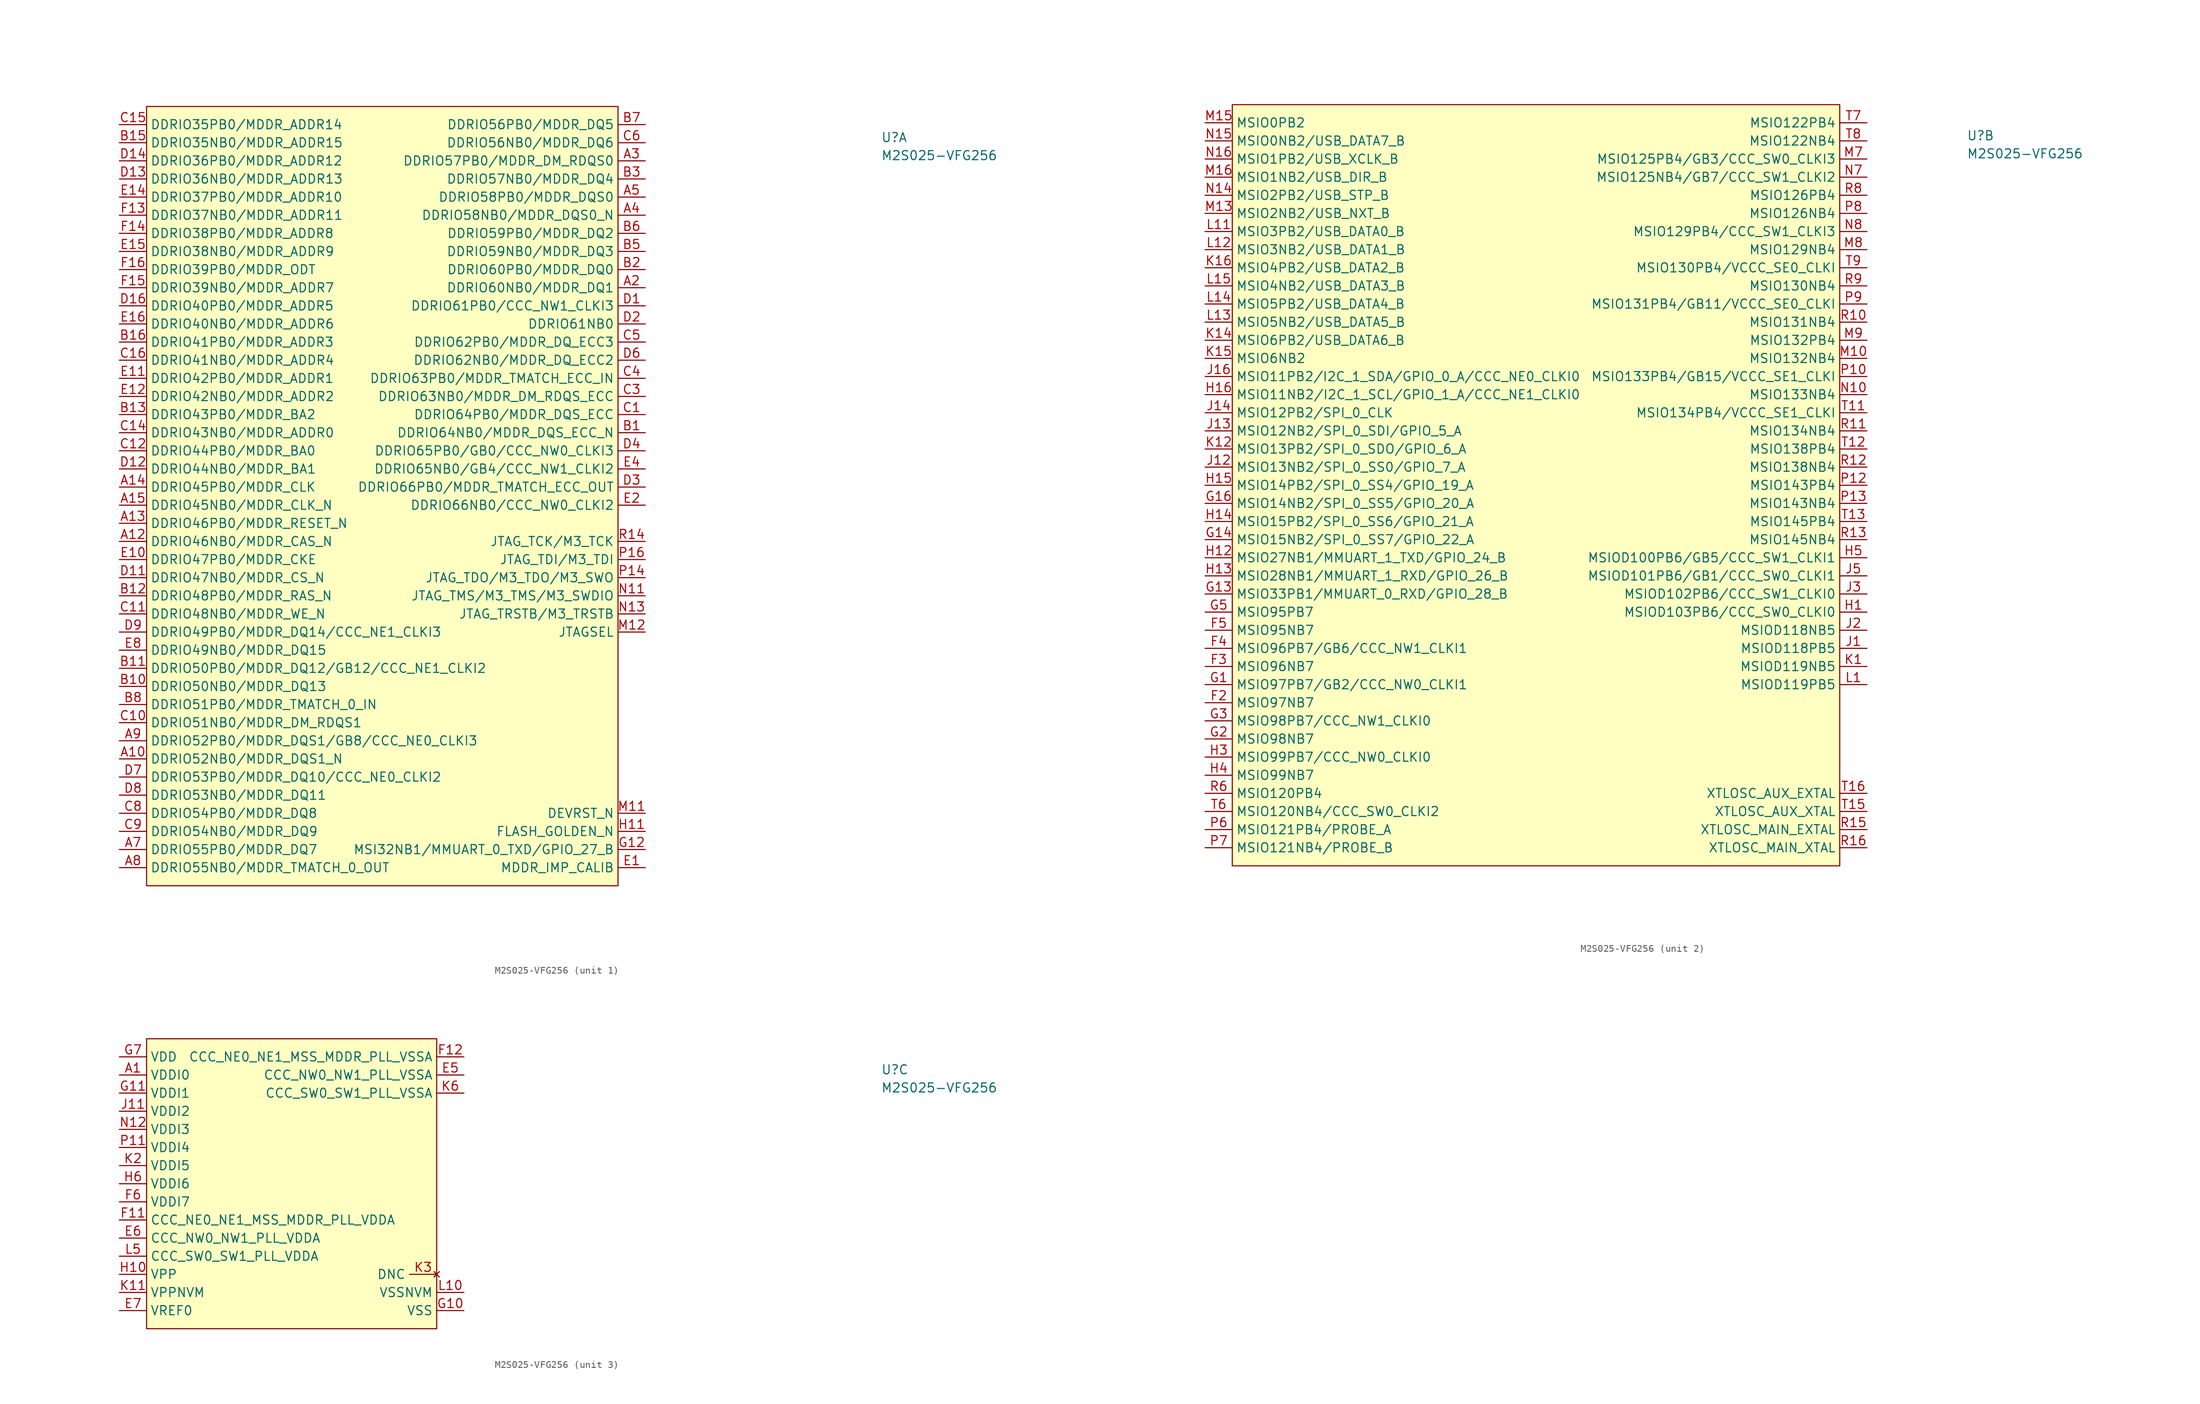
<source format=kicad_sym>
(kicad_symbol_lib
  (version 20211014)
  (generator kicad_symbol_editor)
  (symbol "M2S025-VFG256"
    (property "Reference" "U"
      (at 106.68 -2.54 0)
      (effects (font (size 1.27 1.27) (thickness 0.15)) (justify left bottom)))
    (property "Value" "M2S025-VFG256"
      (at 106.68 -5.08 0)
      (effects (font (size 1.27 1.27) (thickness 0.15)) (justify left bottom)))
    (property "ki_locked" ""
      (at 0 0 0)
      (effects (font (size 1.27 1.27))))
    (symbol "M2S025-VFG256_1_1"
      (rectangle (start 3.81 2.54) (end 69.85 -106.68) (stroke (width 0) (type default) (color 0 0 0 0)) (fill (type background)))
      (pin bidirectional line (at 0 -88.9 0) (length 3.81) (name "DDRIO52NB0/MDDR_DQS1_N" (effects (font (size 1.27 1.27)))) (number "A10" (effects (font (size 1.27 1.27)))))
      (pin bidirectional line (at 0 -58.42 0) (length 3.81) (name "DDRIO46NB0/MDDR_CAS_N" (effects (font (size 1.27 1.27)))) (number "A12" (effects (font (size 1.27 1.27)))))
      (pin bidirectional line (at 0 -55.88 0) (length 3.81) (name "DDRIO46PB0/MDDR_RESET_N" (effects (font (size 1.27 1.27)))) (number "A13" (effects (font (size 1.27 1.27)))))
      (pin bidirectional line (at 0 -50.8 0) (length 3.81) (name "DDRIO45PB0/MDDR_CLK" (effects (font (size 1.27 1.27)))) (number "A14" (effects (font (size 1.27 1.27)))))
      (pin bidirectional line (at 0 -53.34 0) (length 3.81) (name "DDRIO45NB0/MDDR_CLK_N" (effects (font (size 1.27 1.27)))) (number "A15" (effects (font (size 1.27 1.27)))))
      (pin bidirectional line (at 73.66 -22.86 180) (length 3.81) (name "DDRIO60NB0/MDDR_DQ1" (effects (font (size 1.27 1.27)))) (number "A2" (effects (font (size 1.27 1.27)))))
      (pin bidirectional line (at 73.66 -5.08 180) (length 3.81) (name "DDRIO57PB0/MDDR_DM_RDQS0" (effects (font (size 1.27 1.27)))) (number "A3" (effects (font (size 1.27 1.27)))))
      (pin bidirectional line (at 73.66 -12.7 180) (length 3.81) (name "DDRIO58NB0/MDDR_DQS0_N" (effects (font (size 1.27 1.27)))) (number "A4" (effects (font (size 1.27 1.27)))))
      (pin bidirectional line (at 73.66 -10.16 180) (length 3.81) (name "DDRIO58PB0/MDDR_DQS0" (effects (font (size 1.27 1.27)))) (number "A5" (effects (font (size 1.27 1.27)))))
      (pin bidirectional line (at 0 -101.6 0) (length 3.81) (name "DDRIO55PB0/MDDR_DQ7" (effects (font (size 1.27 1.27)))) (number "A7" (effects (font (size 1.27 1.27)))))
      (pin output line (at 0 -104.14 0) (length 3.81) (name "DDRIO55NB0/MDDR_TMATCH_0_OUT" (effects (font (size 1.27 1.27)))) (number "A8" (effects (font (size 1.27 1.27)))))
      (pin bidirectional line (at 0 -86.36 0) (length 3.81) (name "DDRIO52PB0/MDDR_DQS1/GB8/CCC_NE0_CLKI3" (effects (font (size 1.27 1.27)))) (number "A9" (effects (font (size 1.27 1.27)))))
      (pin bidirectional line (at 73.66 -43.18 180) (length 3.81) (name "DDRIO64NB0/MDDR_DQS_ECC_N" (effects (font (size 1.27 1.27)))) (number "B1" (effects (font (size 1.27 1.27)))))
      (pin bidirectional line (at 0 -78.74 0) (length 3.81) (name "DDRIO50NB0/MDDR_DQ13" (effects (font (size 1.27 1.27)))) (number "B10" (effects (font (size 1.27 1.27)))))
      (pin bidirectional line (at 0 -76.2 0) (length 3.81) (name "DDRIO50PB0/MDDR_DQ12/GB12/CCC_NE1_CLKI2" (effects (font (size 1.27 1.27)))) (number "B11" (effects (font (size 1.27 1.27)))))
      (pin bidirectional line (at 0 -66.04 0) (length 3.81) (name "DDRIO48PB0/MDDR_RAS_N" (effects (font (size 1.27 1.27)))) (number "B12" (effects (font (size 1.27 1.27)))))
      (pin bidirectional line (at 0 -40.64 0) (length 3.81) (name "DDRIO43PB0/MDDR_BA2" (effects (font (size 1.27 1.27)))) (number "B13" (effects (font (size 1.27 1.27)))))
      (pin bidirectional line (at 0 -2.54 0) (length 3.81) (name "DDRIO35NB0/MDDR_ADDR15" (effects (font (size 1.27 1.27)))) (number "B15" (effects (font (size 1.27 1.27)))))
      (pin bidirectional line (at 0 -30.48 0) (length 3.81) (name "DDRIO41PB0/MDDR_ADDR3" (effects (font (size 1.27 1.27)))) (number "B16" (effects (font (size 1.27 1.27)))))
      (pin bidirectional line (at 73.66 -20.32 180) (length 3.81) (name "DDRIO60PB0/MDDR_DQ0" (effects (font (size 1.27 1.27)))) (number "B2" (effects (font (size 1.27 1.27)))))
      (pin bidirectional line (at 73.66 -7.62 180) (length 3.81) (name "DDRIO57NB0/MDDR_DQ4" (effects (font (size 1.27 1.27)))) (number "B3" (effects (font (size 1.27 1.27)))))
      (pin bidirectional line (at 73.66 -17.78 180) (length 3.81) (name "DDRIO59NB0/MDDR_DQ3" (effects (font (size 1.27 1.27)))) (number "B5" (effects (font (size 1.27 1.27)))))
      (pin bidirectional line (at 73.66 -15.24 180) (length 3.81) (name "DDRIO59PB0/MDDR_DQ2" (effects (font (size 1.27 1.27)))) (number "B6" (effects (font (size 1.27 1.27)))))
      (pin bidirectional line (at 73.66 0 180) (length 3.81) (name "DDRIO56PB0/MDDR_DQ5" (effects (font (size 1.27 1.27)))) (number "B7" (effects (font (size 1.27 1.27)))))
      (pin bidirectional line (at 0 -81.28 0) (length 3.81) (name "DDRIO51PB0/MDDR_TMATCH_0_IN" (effects (font (size 1.27 1.27)))) (number "B8" (effects (font (size 1.27 1.27)))))
      (pin bidirectional line (at 73.66 -40.64 180) (length 3.81) (name "DDRIO64PB0/MDDR_DQS_ECC" (effects (font (size 1.27 1.27)))) (number "C1" (effects (font (size 1.27 1.27)))))
      (pin bidirectional line (at 0 -83.82 0) (length 3.81) (name "DDRIO51NB0/MDDR_DM_RDQS1" (effects (font (size 1.27 1.27)))) (number "C10" (effects (font (size 1.27 1.27)))))
      (pin bidirectional line (at 0 -68.58 0) (length 3.81) (name "DDRIO48NB0/MDDR_WE_N" (effects (font (size 1.27 1.27)))) (number "C11" (effects (font (size 1.27 1.27)))))
      (pin bidirectional line (at 0 -45.72 0) (length 3.81) (name "DDRIO44PB0/MDDR_BA0" (effects (font (size 1.27 1.27)))) (number "C12" (effects (font (size 1.27 1.27)))))
      (pin bidirectional line (at 0 -43.18 0) (length 3.81) (name "DDRIO43NB0/MDDR_ADDR0" (effects (font (size 1.27 1.27)))) (number "C14" (effects (font (size 1.27 1.27)))))
      (pin bidirectional line (at 0 0 0) (length 3.81) (name "DDRIO35PB0/MDDR_ADDR14" (effects (font (size 1.27 1.27)))) (number "C15" (effects (font (size 1.27 1.27)))))
      (pin bidirectional line (at 0 -33.02 0) (length 3.81) (name "DDRIO41NB0/MDDR_ADDR4" (effects (font (size 1.27 1.27)))) (number "C16" (effects (font (size 1.27 1.27)))))
      (pin bidirectional line (at 73.66 -38.1 180) (length 3.81) (name "DDRIO63NB0/MDDR_DM_RDQS_ECC" (effects (font (size 1.27 1.27)))) (number "C3" (effects (font (size 1.27 1.27)))))
      (pin bidirectional line (at 73.66 -35.56 180) (length 3.81) (name "DDRIO63PB0/MDDR_TMATCH_ECC_IN" (effects (font (size 1.27 1.27)))) (number "C4" (effects (font (size 1.27 1.27)))))
      (pin bidirectional line (at 73.66 -30.48 180) (length 3.81) (name "DDRIO62PB0/MDDR_DQ_ECC3" (effects (font (size 1.27 1.27)))) (number "C5" (effects (font (size 1.27 1.27)))))
      (pin bidirectional line (at 73.66 -2.54 180) (length 3.81) (name "DDRIO56NB0/MDDR_DQ6" (effects (font (size 1.27 1.27)))) (number "C6" (effects (font (size 1.27 1.27)))))
      (pin bidirectional line (at 0 -96.52 0) (length 3.81) (name "DDRIO54PB0/MDDR_DQ8" (effects (font (size 1.27 1.27)))) (number "C8" (effects (font (size 1.27 1.27)))))
      (pin bidirectional line (at 0 -99.06 0) (length 3.81) (name "DDRIO54NB0/MDDR_DQ9" (effects (font (size 1.27 1.27)))) (number "C9" (effects (font (size 1.27 1.27)))))
      (pin bidirectional line (at 73.66 -25.4 180) (length 3.81) (name "DDRIO61PB0/CCC_NW1_CLKI3" (effects (font (size 1.27 1.27)))) (number "D1" (effects (font (size 1.27 1.27)))))
      (pin bidirectional line (at 0 -63.5 0) (length 3.81) (name "DDRIO47NB0/MDDR_CS_N" (effects (font (size 1.27 1.27)))) (number "D11" (effects (font (size 1.27 1.27)))))
      (pin bidirectional line (at 0 -48.26 0) (length 3.81) (name "DDRIO44NB0/MDDR_BA1" (effects (font (size 1.27 1.27)))) (number "D12" (effects (font (size 1.27 1.27)))))
      (pin bidirectional line (at 0 -7.62 0) (length 3.81) (name "DDRIO36NB0/MDDR_ADDR13" (effects (font (size 1.27 1.27)))) (number "D13" (effects (font (size 1.27 1.27)))))
      (pin bidirectional line (at 0 -5.08 0) (length 3.81) (name "DDRIO36PB0/MDDR_ADDR12" (effects (font (size 1.27 1.27)))) (number "D14" (effects (font (size 1.27 1.27)))))
      (pin bidirectional line (at 0 -25.4 0) (length 3.81) (name "DDRIO40PB0/MDDR_ADDR5" (effects (font (size 1.27 1.27)))) (number "D16" (effects (font (size 1.27 1.27)))))
      (pin bidirectional line (at 73.66 -27.94 180) (length 3.81) (name "DDRIO61NB0" (effects (font (size 1.27 1.27)))) (number "D2" (effects (font (size 1.27 1.27)))))
      (pin output line (at 73.66 -50.8 180) (length 3.81) (name "DDRIO66PB0/MDDR_TMATCH_ECC_OUT" (effects (font (size 1.27 1.27)))) (number "D3" (effects (font (size 1.27 1.27)))))
      (pin bidirectional line (at 73.66 -45.72 180) (length 3.81) (name "DDRIO65PB0/GB0/CCC_NW0_CLKI3" (effects (font (size 1.27 1.27)))) (number "D4" (effects (font (size 1.27 1.27)))))
      (pin bidirectional line (at 73.66 -33.02 180) (length 3.81) (name "DDRIO62NB0/MDDR_DQ_ECC2" (effects (font (size 1.27 1.27)))) (number "D6" (effects (font (size 1.27 1.27)))))
      (pin bidirectional line (at 0 -91.44 0) (length 3.81) (name "DDRIO53PB0/MDDR_DQ10/CCC_NE0_CLKI2" (effects (font (size 1.27 1.27)))) (number "D7" (effects (font (size 1.27 1.27)))))
      (pin bidirectional line (at 0 -93.98 0) (length 3.81) (name "DDRIO53NB0/MDDR_DQ11" (effects (font (size 1.27 1.27)))) (number "D8" (effects (font (size 1.27 1.27)))))
      (pin bidirectional line (at 0 -71.12 0) (length 3.81) (name "DDRIO49PB0/MDDR_DQ14/CCC_NE1_CLKI3" (effects (font (size 1.27 1.27)))) (number "D9" (effects (font (size 1.27 1.27)))))
      (pin unspecified line (at 73.66 -104.14 180) (length 3.81) (name "MDDR_IMP_CALIB" (effects (font (size 1.27 1.27)))) (number "E1" (effects (font (size 1.27 1.27)))))
      (pin bidirectional line (at 0 -60.96 0) (length 3.81) (name "DDRIO47PB0/MDDR_CKE" (effects (font (size 1.27 1.27)))) (number "E10" (effects (font (size 1.27 1.27)))))
      (pin bidirectional line (at 0 -35.56 0) (length 3.81) (name "DDRIO42PB0/MDDR_ADDR1" (effects (font (size 1.27 1.27)))) (number "E11" (effects (font (size 1.27 1.27)))))
      (pin bidirectional line (at 0 -38.1 0) (length 3.81) (name "DDRIO42NB0/MDDR_ADDR2" (effects (font (size 1.27 1.27)))) (number "E12" (effects (font (size 1.27 1.27)))))
      (pin bidirectional line (at 0 -10.16 0) (length 3.81) (name "DDRIO37PB0/MDDR_ADDR10" (effects (font (size 1.27 1.27)))) (number "E14" (effects (font (size 1.27 1.27)))))
      (pin bidirectional line (at 0 -17.78 0) (length 3.81) (name "DDRIO38NB0/MDDR_ADDR9" (effects (font (size 1.27 1.27)))) (number "E15" (effects (font (size 1.27 1.27)))))
      (pin bidirectional line (at 0 -27.94 0) (length 3.81) (name "DDRIO40NB0/MDDR_ADDR6" (effects (font (size 1.27 1.27)))) (number "E16" (effects (font (size 1.27 1.27)))))
      (pin bidirectional line (at 73.66 -53.34 180) (length 3.81) (name "DDRIO66NB0/CCC_NW0_CLKI2" (effects (font (size 1.27 1.27)))) (number "E2" (effects (font (size 1.27 1.27)))))
      (pin bidirectional line (at 73.66 -48.26 180) (length 3.81) (name "DDRIO65NB0/GB4/CCC_NW1_CLKI2" (effects (font (size 1.27 1.27)))) (number "E4" (effects (font (size 1.27 1.27)))))
      (pin bidirectional line (at 0 -73.66 0) (length 3.81) (name "DDRIO49NB0/MDDR_DQ15" (effects (font (size 1.27 1.27)))) (number "E8" (effects (font (size 1.27 1.27)))))
      (pin bidirectional line (at 0 -12.7 0) (length 3.81) (name "DDRIO37NB0/MDDR_ADDR11" (effects (font (size 1.27 1.27)))) (number "F13" (effects (font (size 1.27 1.27)))))
      (pin bidirectional line (at 0 -15.24 0) (length 3.81) (name "DDRIO38PB0/MDDR_ADDR8" (effects (font (size 1.27 1.27)))) (number "F14" (effects (font (size 1.27 1.27)))))
      (pin bidirectional line (at 0 -22.86 0) (length 3.81) (name "DDRIO39NB0/MDDR_ADDR7" (effects (font (size 1.27 1.27)))) (number "F15" (effects (font (size 1.27 1.27)))))
      (pin bidirectional line (at 0 -20.32 0) (length 3.81) (name "DDRIO39PB0/MDDR_ODT" (effects (font (size 1.27 1.27)))) (number "F16" (effects (font (size 1.27 1.27)))))
      (pin unspecified line (at 73.66 -101.6 180) (length 3.81) (name "MSI32NB1/MMUART_0_TXD/GPIO_27_B" (effects (font (size 1.27 1.27)))) (number "G12" (effects (font (size 1.27 1.27)))))
      (pin unspecified line (at 73.66 -99.06 180) (length 3.81) (name "FLASH_GOLDEN_N" (effects (font (size 1.27 1.27)))) (number "H11" (effects (font (size 1.27 1.27)))))
      (pin unspecified line (at 73.66 -96.52 180) (length 3.81) (name "DEVRST_N" (effects (font (size 1.27 1.27)))) (number "M11" (effects (font (size 1.27 1.27)))))
      (pin unspecified line (at 73.66 -71.12 180) (length 3.81) (name "JTAGSEL" (effects (font (size 1.27 1.27)))) (number "M12" (effects (font (size 1.27 1.27)))))
      (pin unspecified line (at 73.66 -66.04 180) (length 3.81) (name "JTAG_TMS/M3_TMS/M3_SWDIO" (effects (font (size 1.27 1.27)))) (number "N11" (effects (font (size 1.27 1.27)))))
      (pin unspecified line (at 73.66 -68.58 180) (length 3.81) (name "JTAG_TRSTB/M3_TRSTB" (effects (font (size 1.27 1.27)))) (number "N13" (effects (font (size 1.27 1.27)))))
      (pin unspecified line (at 73.66 -63.5 180) (length 3.81) (name "JTAG_TDO/M3_TDO/M3_SWO" (effects (font (size 1.27 1.27)))) (number "P14" (effects (font (size 1.27 1.27)))))
      (pin unspecified line (at 73.66 -60.96 180) (length 3.81) (name "JTAG_TDI/M3_TDI" (effects (font (size 1.27 1.27)))) (number "P16" (effects (font (size 1.27 1.27)))))
      (pin unspecified line (at 73.66 -58.42 180) (length 3.81) (name "JTAG_TCK/M3_TCK" (effects (font (size 1.27 1.27)))) (number "R14" (effects (font (size 1.27 1.27))))))
    (symbol "M2S025-VFG256_2_1"
      (rectangle (start 3.81 2.54) (end 88.9 -104.14) (stroke (width 0) (type default) (color 0 0 0 0)) (fill (type background)))
      (pin bidirectional line (at 0 -81.28 0) (length 3.81) (name "MSIO97NB7" (effects (font (size 1.27 1.27)))) (number "F2" (effects (font (size 1.27 1.27)))))
      (pin bidirectional line (at 0 -76.2 0) (length 3.81) (name "MSIO96NB7" (effects (font (size 1.27 1.27)))) (number "F3" (effects (font (size 1.27 1.27)))))
      (pin bidirectional line (at 0 -73.66 0) (length 3.81) (name "MSIO96PB7/GB6/CCC_NW1_CLKI1" (effects (font (size 1.27 1.27)))) (number "F4" (effects (font (size 1.27 1.27)))))
      (pin bidirectional line (at 0 -71.12 0) (length 3.81) (name "MSIO95NB7" (effects (font (size 1.27 1.27)))) (number "F5" (effects (font (size 1.27 1.27)))))
      (pin bidirectional line (at 0 -78.74 0) (length 3.81) (name "MSIO97PB7/GB2/CCC_NW0_CLKI1" (effects (font (size 1.27 1.27)))) (number "G1" (effects (font (size 1.27 1.27)))))
      (pin bidirectional line (at 0 -66.04 0) (length 3.81) (name "MSIO33PB1/MMUART_0_RXD/GPIO_28_B" (effects (font (size 1.27 1.27)))) (number "G13" (effects (font (size 1.27 1.27)))))
      (pin bidirectional line (at 0 -58.42 0) (length 3.81) (name "MSIO15NB2/SPI_0_SS7/GPIO_22_A" (effects (font (size 1.27 1.27)))) (number "G14" (effects (font (size 1.27 1.27)))))
      (pin bidirectional line (at 0 -53.34 0) (length 3.81) (name "MSIO14NB2/SPI_0_SS5/GPIO_20_A" (effects (font (size 1.27 1.27)))) (number "G16" (effects (font (size 1.27 1.27)))))
      (pin bidirectional line (at 0 -86.36 0) (length 3.81) (name "MSIO98NB7" (effects (font (size 1.27 1.27)))) (number "G2" (effects (font (size 1.27 1.27)))))
      (pin bidirectional line (at 0 -83.82 0) (length 3.81) (name "MSIO98PB7/CCC_NW1_CLKI0" (effects (font (size 1.27 1.27)))) (number "G3" (effects (font (size 1.27 1.27)))))
      (pin bidirectional line (at 0 -68.58 0) (length 3.81) (name "MSIO95PB7" (effects (font (size 1.27 1.27)))) (number "G5" (effects (font (size 1.27 1.27)))))
      (pin bidirectional line (at 92.71 -68.58 180) (length 3.81) (name "MSIOD103PB6/CCC_SW0_CLKI0" (effects (font (size 1.27 1.27)))) (number "H1" (effects (font (size 1.27 1.27)))))
      (pin bidirectional line (at 0 -60.96 0) (length 3.81) (name "MSIO27NB1/MMUART_1_TXD/GPIO_24_B" (effects (font (size 1.27 1.27)))) (number "H12" (effects (font (size 1.27 1.27)))))
      (pin bidirectional line (at 0 -63.5 0) (length 3.81) (name "MSIO28NB1/MMUART_1_RXD/GPIO_26_B" (effects (font (size 1.27 1.27)))) (number "H13" (effects (font (size 1.27 1.27)))))
      (pin bidirectional line (at 0 -55.88 0) (length 3.81) (name "MSIO15PB2/SPI_0_SS6/GPIO_21_A" (effects (font (size 1.27 1.27)))) (number "H14" (effects (font (size 1.27 1.27)))))
      (pin bidirectional line (at 0 -50.8 0) (length 3.81) (name "MSIO14PB2/SPI_0_SS4/GPIO_19_A" (effects (font (size 1.27 1.27)))) (number "H15" (effects (font (size 1.27 1.27)))))
      (pin bidirectional line (at 0 -38.1 0) (length 3.81) (name "MSIO11NB2/I2C_1_SCL/GPIO_1_A/CCC_NE1_CLKI0" (effects (font (size 1.27 1.27)))) (number "H16" (effects (font (size 1.27 1.27)))))
      (pin bidirectional line (at 0 -88.9 0) (length 3.81) (name "MSIO99PB7/CCC_NW0_CLKI0" (effects (font (size 1.27 1.27)))) (number "H3" (effects (font (size 1.27 1.27)))))
      (pin bidirectional line (at 0 -91.44 0) (length 3.81) (name "MSIO99NB7" (effects (font (size 1.27 1.27)))) (number "H4" (effects (font (size 1.27 1.27)))))
      (pin bidirectional line (at 92.71 -60.96 180) (length 3.81) (name "MSIOD100PB6/GB5/CCC_SW1_CLKI1" (effects (font (size 1.27 1.27)))) (number "H5" (effects (font (size 1.27 1.27)))))
      (pin bidirectional line (at 92.71 -73.66 180) (length 3.81) (name "MSIOD118PB5" (effects (font (size 1.27 1.27)))) (number "J1" (effects (font (size 1.27 1.27)))))
      (pin bidirectional line (at 0 -48.26 0) (length 3.81) (name "MSIO13NB2/SPI_0_SS0/GPIO_7_A" (effects (font (size 1.27 1.27)))) (number "J12" (effects (font (size 1.27 1.27)))))
      (pin bidirectional line (at 0 -43.18 0) (length 3.81) (name "MSIO12NB2/SPI_0_SDI/GPIO_5_A" (effects (font (size 1.27 1.27)))) (number "J13" (effects (font (size 1.27 1.27)))))
      (pin bidirectional line (at 0 -40.64 0) (length 3.81) (name "MSIO12PB2/SPI_0_CLK" (effects (font (size 1.27 1.27)))) (number "J14" (effects (font (size 1.27 1.27)))))
      (pin bidirectional line (at 0 -35.56 0) (length 3.81) (name "MSIO11PB2/I2C_1_SDA/GPIO_0_A/CCC_NE0_CLKI0" (effects (font (size 1.27 1.27)))) (number "J16" (effects (font (size 1.27 1.27)))))
      (pin bidirectional line (at 92.71 -71.12 180) (length 3.81) (name "MSIOD118NB5" (effects (font (size 1.27 1.27)))) (number "J2" (effects (font (size 1.27 1.27)))))
      (pin bidirectional line (at 92.71 -66.04 180) (length 3.81) (name "MSIOD102PB6/CCC_SW1_CLKI0" (effects (font (size 1.27 1.27)))) (number "J3" (effects (font (size 1.27 1.27)))))
      (pin bidirectional line (at 92.71 -63.5 180) (length 3.81) (name "MSIOD101PB6/GB1/CCC_SW0_CLKI1" (effects (font (size 1.27 1.27)))) (number "J5" (effects (font (size 1.27 1.27)))))
      (pin bidirectional line (at 92.71 -76.2 180) (length 3.81) (name "MSIOD119NB5" (effects (font (size 1.27 1.27)))) (number "K1" (effects (font (size 1.27 1.27)))))
      (pin bidirectional line (at 0 -45.72 0) (length 3.81) (name "MSIO13PB2/SPI_0_SDO/GPIO_6_A" (effects (font (size 1.27 1.27)))) (number "K12" (effects (font (size 1.27 1.27)))))
      (pin bidirectional line (at 0 -30.48 0) (length 3.81) (name "MSIO6PB2/USB_DATA6_B" (effects (font (size 1.27 1.27)))) (number "K14" (effects (font (size 1.27 1.27)))))
      (pin bidirectional line (at 0 -33.02 0) (length 3.81) (name "MSIO6NB2" (effects (font (size 1.27 1.27)))) (number "K15" (effects (font (size 1.27 1.27)))))
      (pin bidirectional line (at 0 -20.32 0) (length 3.81) (name "MSIO4PB2/USB_DATA2_B" (effects (font (size 1.27 1.27)))) (number "K16" (effects (font (size 1.27 1.27)))))
      (pin bidirectional line (at 92.71 -78.74 180) (length 3.81) (name "MSIOD119PB5" (effects (font (size 1.27 1.27)))) (number "L1" (effects (font (size 1.27 1.27)))))
      (pin bidirectional line (at 0 -15.24 0) (length 3.81) (name "MSIO3PB2/USB_DATA0_B" (effects (font (size 1.27 1.27)))) (number "L11" (effects (font (size 1.27 1.27)))))
      (pin bidirectional line (at 0 -17.78 0) (length 3.81) (name "MSIO3NB2/USB_DATA1_B" (effects (font (size 1.27 1.27)))) (number "L12" (effects (font (size 1.27 1.27)))))
      (pin bidirectional line (at 0 -27.94 0) (length 3.81) (name "MSIO5NB2/USB_DATA5_B" (effects (font (size 1.27 1.27)))) (number "L13" (effects (font (size 1.27 1.27)))))
      (pin bidirectional line (at 0 -25.4 0) (length 3.81) (name "MSIO5PB2/USB_DATA4_B" (effects (font (size 1.27 1.27)))) (number "L14" (effects (font (size 1.27 1.27)))))
      (pin bidirectional line (at 0 -22.86 0) (length 3.81) (name "MSIO4NB2/USB_DATA3_B" (effects (font (size 1.27 1.27)))) (number "L15" (effects (font (size 1.27 1.27)))))
      (pin bidirectional line (at 92.71 -33.02 180) (length 3.81) (name "MSIO132NB4" (effects (font (size 1.27 1.27)))) (number "M10" (effects (font (size 1.27 1.27)))))
      (pin bidirectional line (at 0 -12.7 0) (length 3.81) (name "MSIO2NB2/USB_NXT_B" (effects (font (size 1.27 1.27)))) (number "M13" (effects (font (size 1.27 1.27)))))
      (pin bidirectional line (at 0 0 0) (length 3.81) (name "MSIO0PB2" (effects (font (size 1.27 1.27)))) (number "M15" (effects (font (size 1.27 1.27)))))
      (pin bidirectional line (at 0 -7.62 0) (length 3.81) (name "MSIO1NB2/USB_DIR_B" (effects (font (size 1.27 1.27)))) (number "M16" (effects (font (size 1.27 1.27)))))
      (pin bidirectional line (at 92.71 -5.08 180) (length 3.81) (name "MSIO125PB4/GB3/CCC_SW0_CLKI3" (effects (font (size 1.27 1.27)))) (number "M7" (effects (font (size 1.27 1.27)))))
      (pin bidirectional line (at 92.71 -17.78 180) (length 3.81) (name "MSIO129NB4" (effects (font (size 1.27 1.27)))) (number "M8" (effects (font (size 1.27 1.27)))))
      (pin bidirectional line (at 92.71 -30.48 180) (length 3.81) (name "MSIO132PB4" (effects (font (size 1.27 1.27)))) (number "M9" (effects (font (size 1.27 1.27)))))
      (pin bidirectional line (at 92.71 -38.1 180) (length 3.81) (name "MSIO133NB4" (effects (font (size 1.27 1.27)))) (number "N10" (effects (font (size 1.27 1.27)))))
      (pin bidirectional line (at 0 -10.16 0) (length 3.81) (name "MSIO2PB2/USB_STP_B" (effects (font (size 1.27 1.27)))) (number "N14" (effects (font (size 1.27 1.27)))))
      (pin bidirectional line (at 0 -2.54 0) (length 3.81) (name "MSIO0NB2/USB_DATA7_B" (effects (font (size 1.27 1.27)))) (number "N15" (effects (font (size 1.27 1.27)))))
      (pin bidirectional line (at 0 -5.08 0) (length 3.81) (name "MSIO1PB2/USB_XCLK_B" (effects (font (size 1.27 1.27)))) (number "N16" (effects (font (size 1.27 1.27)))))
      (pin bidirectional line (at 92.71 -7.62 180) (length 3.81) (name "MSIO125NB4/GB7/CCC_SW1_CLKI2" (effects (font (size 1.27 1.27)))) (number "N7" (effects (font (size 1.27 1.27)))))
      (pin bidirectional line (at 92.71 -15.24 180) (length 3.81) (name "MSIO129PB4/CCC_SW1_CLKI3" (effects (font (size 1.27 1.27)))) (number "N8" (effects (font (size 1.27 1.27)))))
      (pin bidirectional line (at 92.71 -35.56 180) (length 3.81) (name "MSIO133PB4/GB15/VCCC_SE1_CLKI" (effects (font (size 1.27 1.27)))) (number "P10" (effects (font (size 1.27 1.27)))))
      (pin bidirectional line (at 92.71 -50.8 180) (length 3.81) (name "MSIO143PB4" (effects (font (size 1.27 1.27)))) (number "P12" (effects (font (size 1.27 1.27)))))
      (pin bidirectional line (at 92.71 -53.34 180) (length 3.81) (name "MSIO143NB4" (effects (font (size 1.27 1.27)))) (number "P13" (effects (font (size 1.27 1.27)))))
      (pin bidirectional line (at 0 -99.06 0) (length 3.81) (name "MSIO121PB4/PROBE_A" (effects (font (size 1.27 1.27)))) (number "P6" (effects (font (size 1.27 1.27)))))
      (pin bidirectional line (at 0 -101.6 0) (length 3.81) (name "MSIO121NB4/PROBE_B" (effects (font (size 1.27 1.27)))) (number "P7" (effects (font (size 1.27 1.27)))))
      (pin bidirectional line (at 92.71 -12.7 180) (length 3.81) (name "MSIO126NB4" (effects (font (size 1.27 1.27)))) (number "P8" (effects (font (size 1.27 1.27)))))
      (pin bidirectional line (at 92.71 -25.4 180) (length 3.81) (name "MSIO131PB4/GB11/VCCC_SE0_CLKI" (effects (font (size 1.27 1.27)))) (number "P9" (effects (font (size 1.27 1.27)))))
      (pin bidirectional line (at 92.71 -27.94 180) (length 3.81) (name "MSIO131NB4" (effects (font (size 1.27 1.27)))) (number "R10" (effects (font (size 1.27 1.27)))))
      (pin bidirectional line (at 92.71 -43.18 180) (length 3.81) (name "MSIO134NB4" (effects (font (size 1.27 1.27)))) (number "R11" (effects (font (size 1.27 1.27)))))
      (pin bidirectional line (at 92.71 -48.26 180) (length 3.81) (name "MSIO138NB4" (effects (font (size 1.27 1.27)))) (number "R12" (effects (font (size 1.27 1.27)))))
      (pin bidirectional line (at 92.71 -58.42 180) (length 3.81) (name "MSIO145NB4" (effects (font (size 1.27 1.27)))) (number "R13" (effects (font (size 1.27 1.27)))))
      (pin unspecified line (at 92.71 -99.06 180) (length 3.81) (name "XTLOSC_MAIN_EXTAL" (effects (font (size 1.27 1.27)))) (number "R15" (effects (font (size 1.27 1.27)))))
      (pin unspecified line (at 92.71 -101.6 180) (length 3.81) (name "XTLOSC_MAIN_XTAL" (effects (font (size 1.27 1.27)))) (number "R16" (effects (font (size 1.27 1.27)))))
      (pin bidirectional line (at 0 -93.98 0) (length 3.81) (name "MSIO120PB4" (effects (font (size 1.27 1.27)))) (number "R6" (effects (font (size 1.27 1.27)))))
      (pin bidirectional line (at 92.71 -10.16 180) (length 3.81) (name "MSIO126PB4" (effects (font (size 1.27 1.27)))) (number "R8" (effects (font (size 1.27 1.27)))))
      (pin bidirectional line (at 92.71 -22.86 180) (length 3.81) (name "MSIO130NB4" (effects (font (size 1.27 1.27)))) (number "R9" (effects (font (size 1.27 1.27)))))
      (pin bidirectional line (at 92.71 -40.64 180) (length 3.81) (name "MSIO134PB4/VCCC_SE1_CLKI" (effects (font (size 1.27 1.27)))) (number "T11" (effects (font (size 1.27 1.27)))))
      (pin bidirectional line (at 92.71 -45.72 180) (length 3.81) (name "MSIO138PB4" (effects (font (size 1.27 1.27)))) (number "T12" (effects (font (size 1.27 1.27)))))
      (pin bidirectional line (at 92.71 -55.88 180) (length 3.81) (name "MSIO145PB4" (effects (font (size 1.27 1.27)))) (number "T13" (effects (font (size 1.27 1.27)))))
      (pin unspecified line (at 92.71 -96.52 180) (length 3.81) (name "XTLOSC_AUX_XTAL" (effects (font (size 1.27 1.27)))) (number "T15" (effects (font (size 1.27 1.27)))))
      (pin unspecified line (at 92.71 -93.98 180) (length 3.81) (name "XTLOSC_AUX_EXTAL" (effects (font (size 1.27 1.27)))) (number "T16" (effects (font (size 1.27 1.27)))))
      (pin bidirectional line (at 0 -96.52 0) (length 3.81) (name "MSIO120NB4/CCC_SW0_CLKI2" (effects (font (size 1.27 1.27)))) (number "T6" (effects (font (size 1.27 1.27)))))
      (pin bidirectional line (at 92.71 0 180) (length 3.81) (name "MSIO122PB4" (effects (font (size 1.27 1.27)))) (number "T7" (effects (font (size 1.27 1.27)))))
      (pin bidirectional line (at 92.71 -2.54 180) (length 3.81) (name "MSIO122NB4" (effects (font (size 1.27 1.27)))) (number "T8" (effects (font (size 1.27 1.27)))))
      (pin bidirectional line (at 92.71 -20.32 180) (length 3.81) (name "MSIO130PB4/VCCC_SE0_CLKI" (effects (font (size 1.27 1.27)))) (number "T9" (effects (font (size 1.27 1.27))))))
    (symbol "M2S025-VFG256_3_1"
      (rectangle (start 3.81 2.54) (end 44.45 -38.1) (stroke (width 0) (type default) (color 0 0 0 0)) (fill (type background)))
      (pin power_in line (at 0 -2.54 0) (length 3.81) (name "VDDI0" (effects (font (size 1.27 1.27)))) (number "A1" (effects (font (size 1.27 1.27)))))
      (pin passive line (at 0 -2.54 0) (length 3.81) hide (name "VDDI0" (effects (font (size 1.27 1.27)))) (number "A11" (effects (font (size 1.27 1.27)))))
      (pin passive line (at 0 -2.54 0) (length 3.81) hide (name "VDDI0" (effects (font (size 1.27 1.27)))) (number "B14" (effects (font (size 1.27 1.27)))))
      (pin passive line (at 0 -2.54 0) (length 3.81) hide (name "VDDI0" (effects (font (size 1.27 1.27)))) (number "B4" (effects (font (size 1.27 1.27)))))
      (pin passive line (at 0 -2.54 0) (length 3.81) hide (name "VDDI0" (effects (font (size 1.27 1.27)))) (number "C7" (effects (font (size 1.27 1.27)))))
      (pin passive line (at 0 -2.54 0) (length 3.81) hide (name "VDDI0" (effects (font (size 1.27 1.27)))) (number "D10" (effects (font (size 1.27 1.27)))))
      (pin passive line (at 0 -2.54 0) (length 3.81) hide (name "VDDI0" (effects (font (size 1.27 1.27)))) (number "E13" (effects (font (size 1.27 1.27)))))
      (pin passive line (at 0 -2.54 0) (length 3.81) hide (name "VDDI0" (effects (font (size 1.27 1.27)))) (number "E3" (effects (font (size 1.27 1.27)))))
      (pin power_out line (at 48.26 -2.54 180) (length 3.81) (name "CCC_NW0_NW1_PLL_VSSA" (effects (font (size 1.27 1.27)))) (number "E5" (effects (font (size 1.27 1.27)))))
      (pin power_in line (at 0 -25.4 0) (length 3.81) (name "CCC_NW0_NW1_PLL_VDDA" (effects (font (size 1.27 1.27)))) (number "E6" (effects (font (size 1.27 1.27)))))
      (pin power_in line (at 0 -35.56 0) (length 3.81) (name "VREF0" (effects (font (size 1.27 1.27)))) (number "E7" (effects (font (size 1.27 1.27)))))
      (pin passive line (at 0 -35.56 0) (length 3.81) hide (name "VREF0" (effects (font (size 1.27 1.27)))) (number "E9" (effects (font (size 1.27 1.27)))))
      (pin passive line (at 0 -2.54 0) (length 3.81) hide (name "VDDI0" (effects (font (size 1.27 1.27)))) (number "F10" (effects (font (size 1.27 1.27)))))
      (pin power_in line (at 0 -22.86 0) (length 3.81) (name "CCC_NE0_NE1_MSS_MDDR_PLL_VDDA" (effects (font (size 1.27 1.27)))) (number "F11" (effects (font (size 1.27 1.27)))))
      (pin power_out line (at 48.26 0 180) (length 3.81) (name "CCC_NE0_NE1_MSS_MDDR_PLL_VSSA" (effects (font (size 1.27 1.27)))) (number "F12" (effects (font (size 1.27 1.27)))))
      (pin power_in line (at 0 -20.32 0) (length 3.81) (name "VDDI7" (effects (font (size 1.27 1.27)))) (number "F6" (effects (font (size 1.27 1.27)))))
      (pin passive line (at 0 -2.54 0) (length 3.81) hide (name "VDDI0" (effects (font (size 1.27 1.27)))) (number "F8" (effects (font (size 1.27 1.27)))))
      (pin power_out line (at 48.26 -35.56 180) (length 3.81) (name "VSS" (effects (font (size 1.27 1.27)))) (number "G10" (effects (font (size 1.27 1.27)))))
      (pin power_in line (at 0 -5.08 0) (length 3.81) (name "VDDI1" (effects (font (size 1.27 1.27)))) (number "G11" (effects (font (size 1.27 1.27)))))
      (pin passive line (at 48.26 -35.56 180) (length 3.81) hide (name "VSS" (effects (font (size 1.27 1.27)))) (number "G15" (effects (font (size 1.27 1.27)))))
      (pin power_in line (at 0 0 0) (length 3.81) (name "VDD" (effects (font (size 1.27 1.27)))) (number "G7" (effects (font (size 1.27 1.27)))))
      (pin passive line (at 0 0 0) (length 3.81) hide (name "VDD" (effects (font (size 1.27 1.27)))) (number "G9" (effects (font (size 1.27 1.27)))))
      (pin power_in line (at 0 -30.48 0) (length 3.81) (name "VPP" (effects (font (size 1.27 1.27)))) (number "H10" (effects (font (size 1.27 1.27)))))
      (pin passive line (at 0 -20.32 0) (length 3.81) hide (name "VDDI7" (effects (font (size 1.27 1.27)))) (number "H2" (effects (font (size 1.27 1.27)))))
      (pin power_in line (at 0 -17.78 0) (length 3.81) (name "VDDI6" (effects (font (size 1.27 1.27)))) (number "H6" (effects (font (size 1.27 1.27)))))
      (pin passive line (at 0 0 0) (length 3.81) hide (name "VDD" (effects (font (size 1.27 1.27)))) (number "H8" (effects (font (size 1.27 1.27)))))
      (pin passive line (at 48.26 -35.56 180) (length 3.81) hide (name "VSS" (effects (font (size 1.27 1.27)))) (number "J10" (effects (font (size 1.27 1.27)))))
      (pin power_in line (at 0 -7.62 0) (length 3.81) (name "VDDI2" (effects (font (size 1.27 1.27)))) (number "J11" (effects (font (size 1.27 1.27)))))
      (pin passive line (at 0 -7.62 0) (length 3.81) hide (name "VDDI2" (effects (font (size 1.27 1.27)))) (number "J15" (effects (font (size 1.27 1.27)))))
      (pin passive line (at 0 0 0) (length 3.81) hide (name "VDD" (effects (font (size 1.27 1.27)))) (number "J7" (effects (font (size 1.27 1.27)))))
      (pin passive line (at 0 0 0) (length 3.81) hide (name "VDD" (effects (font (size 1.27 1.27)))) (number "J9" (effects (font (size 1.27 1.27)))))
      (pin passive line (at 0 0 0) (length 3.81) hide (name "VDD" (effects (font (size 1.27 1.27)))) (number "K10" (effects (font (size 1.27 1.27)))))
      (pin power_in line (at 0 -33.02 0) (length 3.81) (name "VPPNVM" (effects (font (size 1.27 1.27)))) (number "K11" (effects (font (size 1.27 1.27)))))
      (pin passive line (at 48.26 -35.56 180) (length 3.81) hide (name "VSS" (effects (font (size 1.27 1.27)))) (number "K13" (effects (font (size 1.27 1.27)))))
      (pin power_in line (at 0 -15.24 0) (length 3.81) (name "VDDI5" (effects (font (size 1.27 1.27)))) (number "K2" (effects (font (size 1.27 1.27)))))
      (pin no_connect line (at 44.45 -30.48 180) (length 3.81) (name "DNC" (effects (font (size 1.27 1.27)))) (number "K3" (effects (font (size 1.27 1.27)))))
      (pin passive line (at 0 -30.48 0) (length 3.81) hide (name "VPP" (effects (font (size 1.27 1.27)))) (number "K5" (effects (font (size 1.27 1.27)))))
      (pin power_out line (at 48.26 -5.08 180) (length 3.81) (name "CCC_SW0_SW1_PLL_VSSA" (effects (font (size 1.27 1.27)))) (number "K6" (effects (font (size 1.27 1.27)))))
      (pin passive line (at 0 0 0) (length 3.81) hide (name "VDD" (effects (font (size 1.27 1.27)))) (number "K8" (effects (font (size 1.27 1.27)))))
      (pin power_out line (at 48.26 -33.02 180) (length 3.81) (name "VSSNVM" (effects (font (size 1.27 1.27)))) (number "L10" (effects (font (size 1.27 1.27)))))
      (pin passive line (at 48.26 -35.56 180) (length 3.81) hide (name "VSS" (effects (font (size 1.27 1.27)))) (number "L16" (effects (font (size 1.27 1.27)))))
      (pin passive line (at 44.45 -30.48 180) (length 3.81) hide (name "DNC" (effects (font (size 1.27 1.27)))) (number "L2" (effects (font (size 1.27 1.27)))))
      (pin passive line (at 0 0 0) (length 3.81) hide (name "VDD" (effects (font (size 1.27 1.27)))) (number "L3" (effects (font (size 1.27 1.27)))))
      (pin power_in line (at 0 -27.94 0) (length 3.81) (name "CCC_SW0_SW1_PLL_VDDA" (effects (font (size 1.27 1.27)))) (number "L5" (effects (font (size 1.27 1.27)))))
      (pin passive line (at 0 0 0) (length 3.81) hide (name "VDD" (effects (font (size 1.27 1.27)))) (number "L7" (effects (font (size 1.27 1.27)))))
      (pin passive line (at 0 -30.48 0) (length 3.81) hide (name "VPP" (effects (font (size 1.27 1.27)))) (number "L9" (effects (font (size 1.27 1.27)))))
      (pin passive line (at 0 -7.62 0) (length 3.81) hide (name "VDDI2" (effects (font (size 1.27 1.27)))) (number "M14" (effects (font (size 1.27 1.27)))))
      (pin passive line (at 0 0 0) (length 3.81) hide (name "VDD" (effects (font (size 1.27 1.27)))) (number "M4" (effects (font (size 1.27 1.27)))))
      (pin passive line (at 0 0 0) (length 3.81) hide (name "VDD" (effects (font (size 1.27 1.27)))) (number "M5" (effects (font (size 1.27 1.27)))))
      (pin passive line (at 0 0 0) (length 3.81) hide (name "VDD" (effects (font (size 1.27 1.27)))) (number "M6" (effects (font (size 1.27 1.27)))))
      (pin power_in line (at 0 -10.16 0) (length 3.81) (name "VDDI3" (effects (font (size 1.27 1.27)))) (number "N12" (effects (font (size 1.27 1.27)))))
      (pin passive line (at 0 0 0) (length 3.81) hide (name "VDD" (effects (font (size 1.27 1.27)))) (number "N5" (effects (font (size 1.27 1.27)))))
      (pin power_in line (at 0 -12.7 0) (length 3.81) (name "VDDI4" (effects (font (size 1.27 1.27)))) (number "P11" (effects (font (size 1.27 1.27)))))
      (pin passive line (at 48.26 -35.56 180) (length 3.81) hide (name "VSS" (effects (font (size 1.27 1.27)))) (number "P15" (effects (font (size 1.27 1.27)))))
      (pin passive line (at 44.45 -30.48 180) (length 3.81) hide (name "DNC" (effects (font (size 1.27 1.27)))) (number "R2" (effects (font (size 1.27 1.27)))))
      (pin passive line (at 44.45 -30.48 180) (length 3.81) hide (name "DNC" (effects (font (size 1.27 1.27)))) (number "R4" (effects (font (size 1.27 1.27)))))
      (pin passive line (at 0 -12.7 0) (length 3.81) hide (name "VDDI4" (effects (font (size 1.27 1.27)))) (number "R7" (effects (font (size 1.27 1.27)))))
      (pin passive line (at 48.26 -35.56 180) (length 3.81) hide (name "VSS" (effects (font (size 1.27 1.27)))) (number "T10" (effects (font (size 1.27 1.27)))))
      (pin passive line (at 48.26 -35.56 180) (length 3.81) hide (name "VSS" (effects (font (size 1.27 1.27)))) (number "T14" (effects (font (size 1.27 1.27)))))
      (pin passive line (at 44.45 -30.48 180) (length 3.81) hide (name "DNC" (effects (font (size 1.27 1.27)))) (number "T2" (effects (font (size 1.27 1.27)))))
      (pin passive line (at 44.45 -30.48 180) (length 3.81) hide (name "DNC" (effects (font (size 1.27 1.27)))) (number "T4" (effects (font (size 1.27 1.27))))))))
</source>
